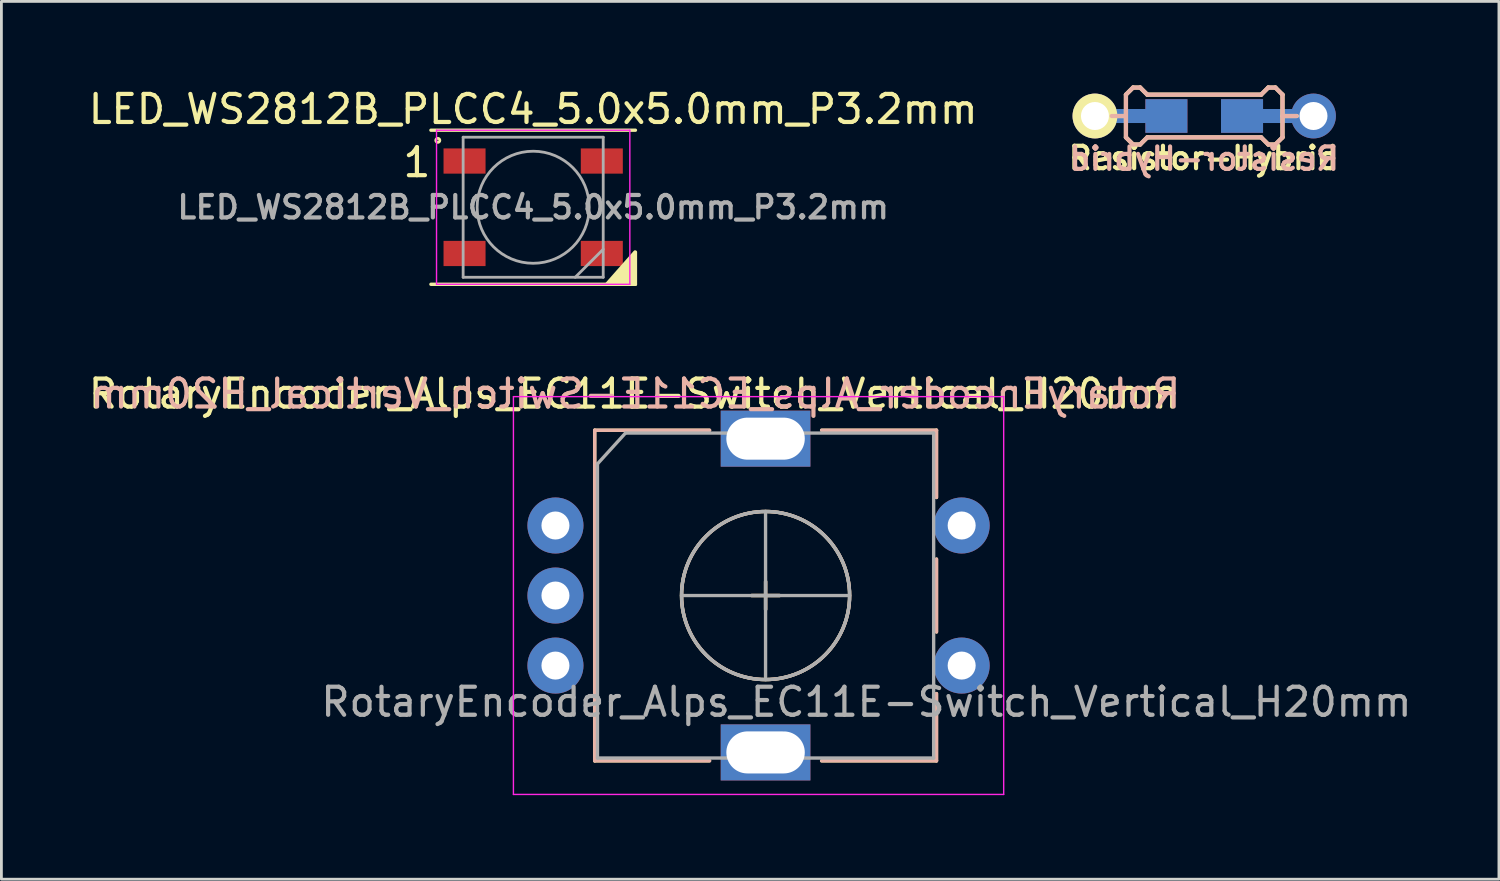
<source format=kicad_pcb>
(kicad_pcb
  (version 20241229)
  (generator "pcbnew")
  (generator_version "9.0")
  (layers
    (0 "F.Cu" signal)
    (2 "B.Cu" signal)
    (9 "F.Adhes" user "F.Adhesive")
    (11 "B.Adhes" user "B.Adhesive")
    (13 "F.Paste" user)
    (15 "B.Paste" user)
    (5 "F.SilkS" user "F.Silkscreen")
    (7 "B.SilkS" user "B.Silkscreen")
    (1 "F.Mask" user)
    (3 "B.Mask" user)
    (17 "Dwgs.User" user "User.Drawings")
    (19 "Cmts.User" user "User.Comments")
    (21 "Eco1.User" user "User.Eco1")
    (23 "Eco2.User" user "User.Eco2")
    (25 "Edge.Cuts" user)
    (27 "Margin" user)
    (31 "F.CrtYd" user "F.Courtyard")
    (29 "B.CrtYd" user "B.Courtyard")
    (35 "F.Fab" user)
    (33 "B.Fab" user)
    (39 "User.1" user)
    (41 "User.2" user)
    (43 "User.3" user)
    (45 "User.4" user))
  (footprint "Resistor-Hybrid"
    (layer "F.Cu")
    (at 39.935 1.091)
    (property "Reference" "Resistor-Hybrid" (at -0.025 1.5 0) (layer "F.SilkS") (effects (font (size 0.8 0.8) (thickness 0.15))))
    (attr smd)
    (fp_line (start -3.302 0) (end -2.794 0) (stroke (width 0.15) (type solid)) (layer "F.SilkS"))
    (fp_line (start -2.794 -0.762) (end -2.54 -1.016) (stroke (width 0.15) (type solid)) (layer "F.SilkS"))
    (fp_line (start -2.794 0.762) (end -2.794 -0.762) (stroke (width 0.15) (type solid)) (layer "F.SilkS"))
    (fp_line (start -2.54 -1.016) (end -2.286 -1.016) (stroke (width 0.15) (type solid)) (layer "F.SilkS"))
    (fp_line (start -2.54 1.016) (end -2.794 0.762) (stroke (width 0.15) (type solid)) (layer "F.SilkS"))
    (fp_line (start -2.286 -1.016) (end -2.032 -0.762) (stroke (width 0.15) (type solid)) (layer "F.SilkS"))
    (fp_line (start -2.286 1.016) (end -2.54 1.016) (stroke (width 0.15) (type solid)) (layer "F.SilkS"))
    (fp_line (start -2.032 -0.762) (end 2.032 -0.762) (stroke (width 0.15) (type solid)) (layer "F.SilkS"))
    (fp_line (start -2.032 0.762) (end -2.286 1.016) (stroke (width 0.15) (type solid)) (layer "F.SilkS"))
    (fp_line (start 2.032 -0.762) (end 2.286 -1.016) (stroke (width 0.15) (type solid)) (layer "F.SilkS"))
    (fp_line (start 2.032 0.762) (end -2.032 0.762) (stroke (width 0.15) (type solid)) (layer "F.SilkS"))
    (fp_line (start 2.286 -1.016) (end 2.54 -1.016) (stroke (width 0.15) (type solid)) (layer "F.SilkS"))
    (fp_line (start 2.286 1.016) (end 2.032 0.762) (stroke (width 0.15) (type solid)) (layer "F.SilkS"))
    (fp_line (start 2.54 -1.016) (end 2.794 -0.762) (stroke (width 0.15) (type solid)) (layer "F.SilkS"))
    (fp_line (start 2.54 1.016) (end 2.286 1.016) (stroke (width 0.15) (type solid)) (layer "F.SilkS"))
    (fp_line (start 2.794 -0.762) (end 2.794 0.762) (stroke (width 0.15) (type solid)) (layer "F.SilkS"))
    (fp_line (start 2.794 0) (end 3.302 0) (stroke (width 0.15) (type solid)) (layer "F.SilkS"))
    (fp_line (start 2.794 0.762) (end 2.54 1.016) (stroke (width 0.15) (type solid)) (layer "F.SilkS"))
    (fp_line (start -3.302 0) (end -2.794 0) (stroke (width 0.15) (type solid)) (layer "B.SilkS"))
    (fp_line (start -2.794 -0.762) (end -2.794 0.762) (stroke (width 0.15) (type solid)) (layer "B.SilkS"))
    (fp_line (start -2.794 0.762) (end -2.54 1.016) (stroke (width 0.15) (type solid)) (layer "B.SilkS"))
    (fp_line (start -2.54 -1.016) (end -2.794 -0.762) (stroke (width 0.15) (type solid)) (layer "B.SilkS"))
    (fp_line (start -2.54 1.016) (end -2.286 1.016) (stroke (width 0.15) (type solid)) (layer "B.SilkS"))
    (fp_line (start -2.286 -1.016) (end -2.54 -1.016) (stroke (width 0.15) (type solid)) (layer "B.SilkS"))
    (fp_line (start -2.286 1.016) (end -2.032 0.762) (stroke (width 0.15) (type solid)) (layer "B.SilkS"))
    (fp_line (start -2.032 -0.762) (end -2.286 -1.016) (stroke (width 0.15) (type solid)) (layer "B.SilkS"))
    (fp_line (start -2.032 0.762) (end 2.032 0.762) (stroke (width 0.15) (type solid)) (layer "B.SilkS"))
    (fp_line (start 2.032 -0.762) (end -2.032 -0.762) (stroke (width 0.15) (type solid)) (layer "B.SilkS"))
    (fp_line (start 2.032 0.762) (end 2.286 1.016) (stroke (width 0.15) (type solid)) (layer "B.SilkS"))
    (fp_line (start 2.286 -1.016) (end 2.032 -0.762) (stroke (width 0.15) (type solid)) (layer "B.SilkS"))
    (fp_line (start 2.286 1.016) (end 2.54 1.016) (stroke (width 0.15) (type solid)) (layer "B.SilkS"))
    (fp_line (start 2.54 -1.016) (end 2.286 -1.016) (stroke (width 0.15) (type solid)) (layer "B.SilkS"))
    (fp_line (start 2.54 1.016) (end 2.794 0.762) (stroke (width 0.15) (type solid)) (layer "B.SilkS"))
    (fp_line (start 2.794 -0.762) (end 2.54 -1.016) (stroke (width 0.15) (type solid)) (layer "B.SilkS"))
    (fp_line (start 2.794 0) (end 3.302 0) (stroke (width 0.15) (type solid)) (layer "B.SilkS"))
    (fp_line (start 2.794 0.762) (end 2.794 -0.762) (stroke (width 0.15) (type solid)) (layer "B.SilkS"))
    (fp_text user "${REFERENCE}" (at 0 1.524 0) (layer "B.SilkS") (effects (font (size 0.8 0.8) (thickness 0.15)) (justify mirror)))
    (pad "1" smd rect (at 1.35 0) (size 1.5 1.2) (layers "F.Cu" "F.Mask" "F.Paste"))
    (pad "1" smd rect (at 1.35 0) (size 1.5 1.2) (layers "B.Cu" "B.Mask" "B.Paste"))
    (pad "1" smd rect (at 2.5 0) (size 2.9 0.5) (layers "F.Cu"))
    (pad "1" smd rect (at 2.5 0) (size 2.9 0.5) (layers "B.Cu"))
    (pad "1" thru_hole circle (at 3.9 0) (size 1.6 1.6) (drill 1) (layers "*.Cu" "*.Mask"))
    (pad "2" thru_hole circle (at -3.9 0) (size 1.6 1.6) (drill 1) (layers "*.Cu" "*.Mask" "F.SilkS"))
    (pad "2" smd rect (at -2.5 0) (size 2.9 0.5) (layers "F.Cu"))
    (pad "2" smd rect (at -2.5 0) (size 2.9 0.5) (layers "B.Cu"))
    (pad "2" smd rect (at -1.35 0) (size 1.5 1.2) (layers "F.Cu" "F.Mask" "F.Paste"))
    (pad "2" smd rect (at -1.35 0) (size 1.5 1.2) (layers "B.Cu" "B.Mask" "B.Paste")))
  (footprint "LED_WS2812B_PLCC4_5.0x5.0mm_P3.2mm"
    (layer "F.Cu")
    (at 15.982 4.348)
    (property "Reference" "LED_WS2812B_PLCC4_5.0x5.0mm_P3.2mm" (at 0 -3.5 0) (layer "F.SilkS") (effects (font (size 1 1) (thickness 0.15))))
    (attr smd)
    (fp_line (start -3.65 -2.75) (end 3.65 -2.75) (stroke (width 0.12) (type solid)) (layer "F.SilkS"))
    (fp_line (start -3.65 2.75) (end 3.65 2.75) (stroke (width 0.12) (type solid)) (layer "F.SilkS"))
    (fp_line (start 3.65 2.75) (end 3.65 1.6) (stroke (width 0.12) (type solid)) (layer "F.SilkS"))
    (fp_circle (center -3.404 -2.388) (end -3.353 -2.337) (stroke (width 0.1) (type default)) (fill no) (layer "F.SilkS"))
    (fp_poly (pts (xy 3.624 2.745) (xy 2.616 2.738) (xy 3.624 1.595)) (stroke (width 0.1) (type solid)) (fill yes) (layer "F.SilkS"))
    (fp_line (start -3.45 -2.75) (end -3.45 2.75) (stroke (width 0.05) (type solid)) (layer "F.CrtYd"))
    (fp_line (start -3.45 2.75) (end 3.45 2.75) (stroke (width 0.05) (type solid)) (layer "F.CrtYd"))
    (fp_line (start 3.45 -2.75) (end -3.45 -2.75) (stroke (width 0.05) (type solid)) (layer "F.CrtYd"))
    (fp_line (start 3.45 2.75) (end 3.45 -2.75) (stroke (width 0.05) (type solid)) (layer "F.CrtYd"))
    (fp_line (start -2.5 -2.5) (end -2.5 2.5) (stroke (width 0.1) (type solid)) (layer "F.Fab"))
    (fp_line (start -2.5 2.5) (end 2.5 2.5) (stroke (width 0.1) (type solid)) (layer "F.Fab"))
    (fp_line (start 2.5 -2.5) (end -2.5 -2.5) (stroke (width 0.1) (type solid)) (layer "F.Fab"))
    (fp_line (start 2.5 1.5) (end 1.5 2.5) (stroke (width 0.1) (type solid)) (layer "F.Fab"))
    (fp_line (start 2.5 2.5) (end 2.5 -2.5) (stroke (width 0.1) (type solid)) (layer "F.Fab"))
    (fp_circle (center 0 0) (end 0 -2) (stroke (width 0.1) (type solid)) (fill no) (layer "F.Fab"))
    (fp_text user "1" (at -4.15 -1.6 0) (layer "F.SilkS") (effects (font (size 1 1) (thickness 0.15))))
    (fp_text user "${REFERENCE}" (at 0 0 0) (layer "F.Fab") (effects (font (size 0.8 0.8) (thickness 0.15))))
    (pad "1" smd rect (at -2.45 -1.65) (size 1.5 0.9) (layers "F.Cu" "F.Mask" "F.Paste"))
    (pad "2" smd rect (at -2.45 1.65) (size 1.5 0.9) (layers "F.Cu" "F.Mask" "F.Paste"))
    (pad "3" smd rect (at 2.45 1.65) (size 1.5 0.9) (layers "F.Cu" "F.Mask" "F.Paste"))
    (pad "4" smd rect (at 2.45 -1.65) (size 1.5 0.9) (layers "F.Cu" "F.Mask" "F.Paste")))
  (footprint "RotaryEncoder_Alps_EC11E-Switch_Vertical_H20mm"
    (layer "F.Cu")
    (at 16.777 15.708)
    (property "Reference" "RotaryEncoder_Alps_EC11E-Switch_Vertical_H20mm" (at 2.8 -4.7 0) (layer "F.SilkS") (effects (font (size 1 1) (thickness 0.15))))
    (attr through_hole)
    (fp_line (start 1.4 -3.4) (end 1.4 8.4) (stroke (width 0.12) (type solid)) (layer "F.SilkS"))
    (fp_line (start 5.5 -3.4) (end 1.4 -3.4) (stroke (width 0.12) (type solid)) (layer "F.SilkS"))
    (fp_line (start 5.5 8.4) (end 1.4 8.4) (stroke (width 0.12) (type solid)) (layer "F.SilkS"))
    (fp_line (start 7 2.5) (end 8 2.5) (stroke (width 0.12) (type solid)) (layer "F.SilkS"))
    (fp_line (start 7.5 2) (end 7.5 3) (stroke (width 0.12) (type solid)) (layer "F.SilkS"))
    (fp_line (start 9.5 -3.4) (end 13.6 -3.4) (stroke (width 0.12) (type solid)) (layer "F.SilkS"))
    (fp_line (start 13.6 -3.4) (end 13.6 -1) (stroke (width 0.12) (type solid)) (layer "F.SilkS"))
    (fp_line (start 13.6 1.2) (end 13.6 3.8) (stroke (width 0.12) (type solid)) (layer "F.SilkS"))
    (fp_line (start 13.6 6) (end 13.6 8.4) (stroke (width 0.12) (type solid)) (layer "F.SilkS"))
    (fp_line (start 13.6 8.4) (end 9.5 8.4) (stroke (width 0.12) (type solid)) (layer "F.SilkS"))
    (fp_circle (center 7.5 2.5) (end 10.5 2.5) (stroke (width 0.12) (type solid)) (fill no) (layer "F.SilkS"))
    (fp_line (start 1.403 8.399) (end 1.403 -3.401) (stroke (width 0.12) (type solid)) (layer "B.SilkS"))
    (fp_line (start 5.503 -3.401) (end 1.403 -3.401) (stroke (width 0.12) (type solid)) (layer "B.SilkS"))
    (fp_line (start 5.503 8.399) (end 1.403 8.399) (stroke (width 0.12) (type solid)) (layer "B.SilkS"))
    (fp_line (start 7.003 2.499) (end 8.003 2.499) (stroke (width 0.12) (type solid)) (layer "B.SilkS"))
    (fp_line (start 7.503 2.999) (end 7.503 1.999) (stroke (width 0.12) (type solid)) (layer "B.SilkS"))
    (fp_line (start 9.503 8.399) (end 13.603 8.399) (stroke (width 0.12) (type solid)) (layer "B.SilkS"))
    (fp_line (start 13.603 -3.401) (end 9.503 -3.401) (stroke (width 0.12) (type solid)) (layer "B.SilkS"))
    (fp_line (start 13.603 -1.001) (end 13.603 -3.401) (stroke (width 0.12) (type solid)) (layer "B.SilkS"))
    (fp_line (start 13.603 3.799) (end 13.603 1.199) (stroke (width 0.12) (type solid)) (layer "B.SilkS"))
    (fp_line (start 13.603 8.399) (end 13.603 5.999) (stroke (width 0.12) (type solid)) (layer "B.SilkS"))
    (fp_circle (center 7.503 2.499) (end 10.503 2.499) (stroke (width 0.12) (type solid)) (fill no) (layer "B.SilkS"))
    (fp_line (start -1.5 -4.6) (end -1.5 9.6) (stroke (width 0.05) (type solid)) (layer "F.CrtYd"))
    (fp_line (start -1.5 -4.6) (end 16 -4.6) (stroke (width 0.05) (type solid)) (layer "F.CrtYd"))
    (fp_line (start 16 9.6) (end -1.5 9.6) (stroke (width 0.05) (type solid)) (layer "F.CrtYd"))
    (fp_line (start 16 9.6) (end 16 -4.6) (stroke (width 0.05) (type solid)) (layer "F.CrtYd"))
    (fp_line (start 1.5 -2.2) (end 2.5 -3.3) (stroke (width 0.12) (type solid)) (layer "F.Fab"))
    (fp_line (start 1.5 8.3) (end 1.5 -2.2) (stroke (width 0.12) (type solid)) (layer "F.Fab"))
    (fp_line (start 2.5 -3.3) (end 13.5 -3.3) (stroke (width 0.12) (type solid)) (layer "F.Fab"))
    (fp_line (start 4.5 2.5) (end 10.5 2.5) (stroke (width 0.12) (type solid)) (layer "F.Fab"))
    (fp_line (start 7.5 -0.5) (end 7.5 5.5) (stroke (width 0.12) (type solid)) (layer "F.Fab"))
    (fp_line (start 13.5 -3.3) (end 13.5 8.3) (stroke (width 0.12) (type solid)) (layer "F.Fab"))
    (fp_line (start 13.5 8.3) (end 1.5 8.3) (stroke (width 0.12) (type solid)) (layer "F.Fab"))
    (fp_circle (center 7.5 2.5) (end 10.5 2.5) (stroke (width 0.12) (type solid)) (fill no) (layer "F.Fab"))
    (fp_text user "${REFERENCE}" (at 2.852 -4.702 0) (layer "B.SilkS") (effects (font (size 1 1) (thickness 0.15)) (justify mirror)))
    (fp_text user "${REFERENCE}" (at 11.1 6.3 0) (layer "F.Fab") (effects (font (size 1 1) (thickness 0.15))))
    (pad "A" thru_hole circle (at 0 0) (size 2 2) (drill 1) (layers "*.Cu" "*.Mask"))
    (pad "B" thru_hole circle (at 0 5) (size 2 2) (drill 1) (layers "*.Cu" "*.Mask"))
    (pad "C" thru_hole circle (at 0 2.5) (size 2 2) (drill 1) (layers "*.Cu" "*.Mask"))
    (pad "MP" thru_hole rect (at 7.5 -3.1) (size 3.2 2) (drill oval 2.8 1.5) (layers "*.Cu" "*.Mask"))
    (pad "MP" thru_hole rect (at 7.5 8.1) (size 3.2 2) (drill oval 2.8 1.5) (layers "*.Cu" "*.Mask"))
    (pad "S1" thru_hole circle (at 14.5 5) (size 2 2) (drill 1) (layers "*.Cu" "*.Mask"))
    (pad "S2" thru_hole circle (at 14.5 0) (size 2 2) (drill 1) (layers "*.Cu" "*.Mask")))
  (gr_rect
    (start -3 -3)
    (end 50.455 28.333)
    (stroke (width 0.1) (type default))
    (fill no)
    (layer "Edge.Cuts")))
</source>
